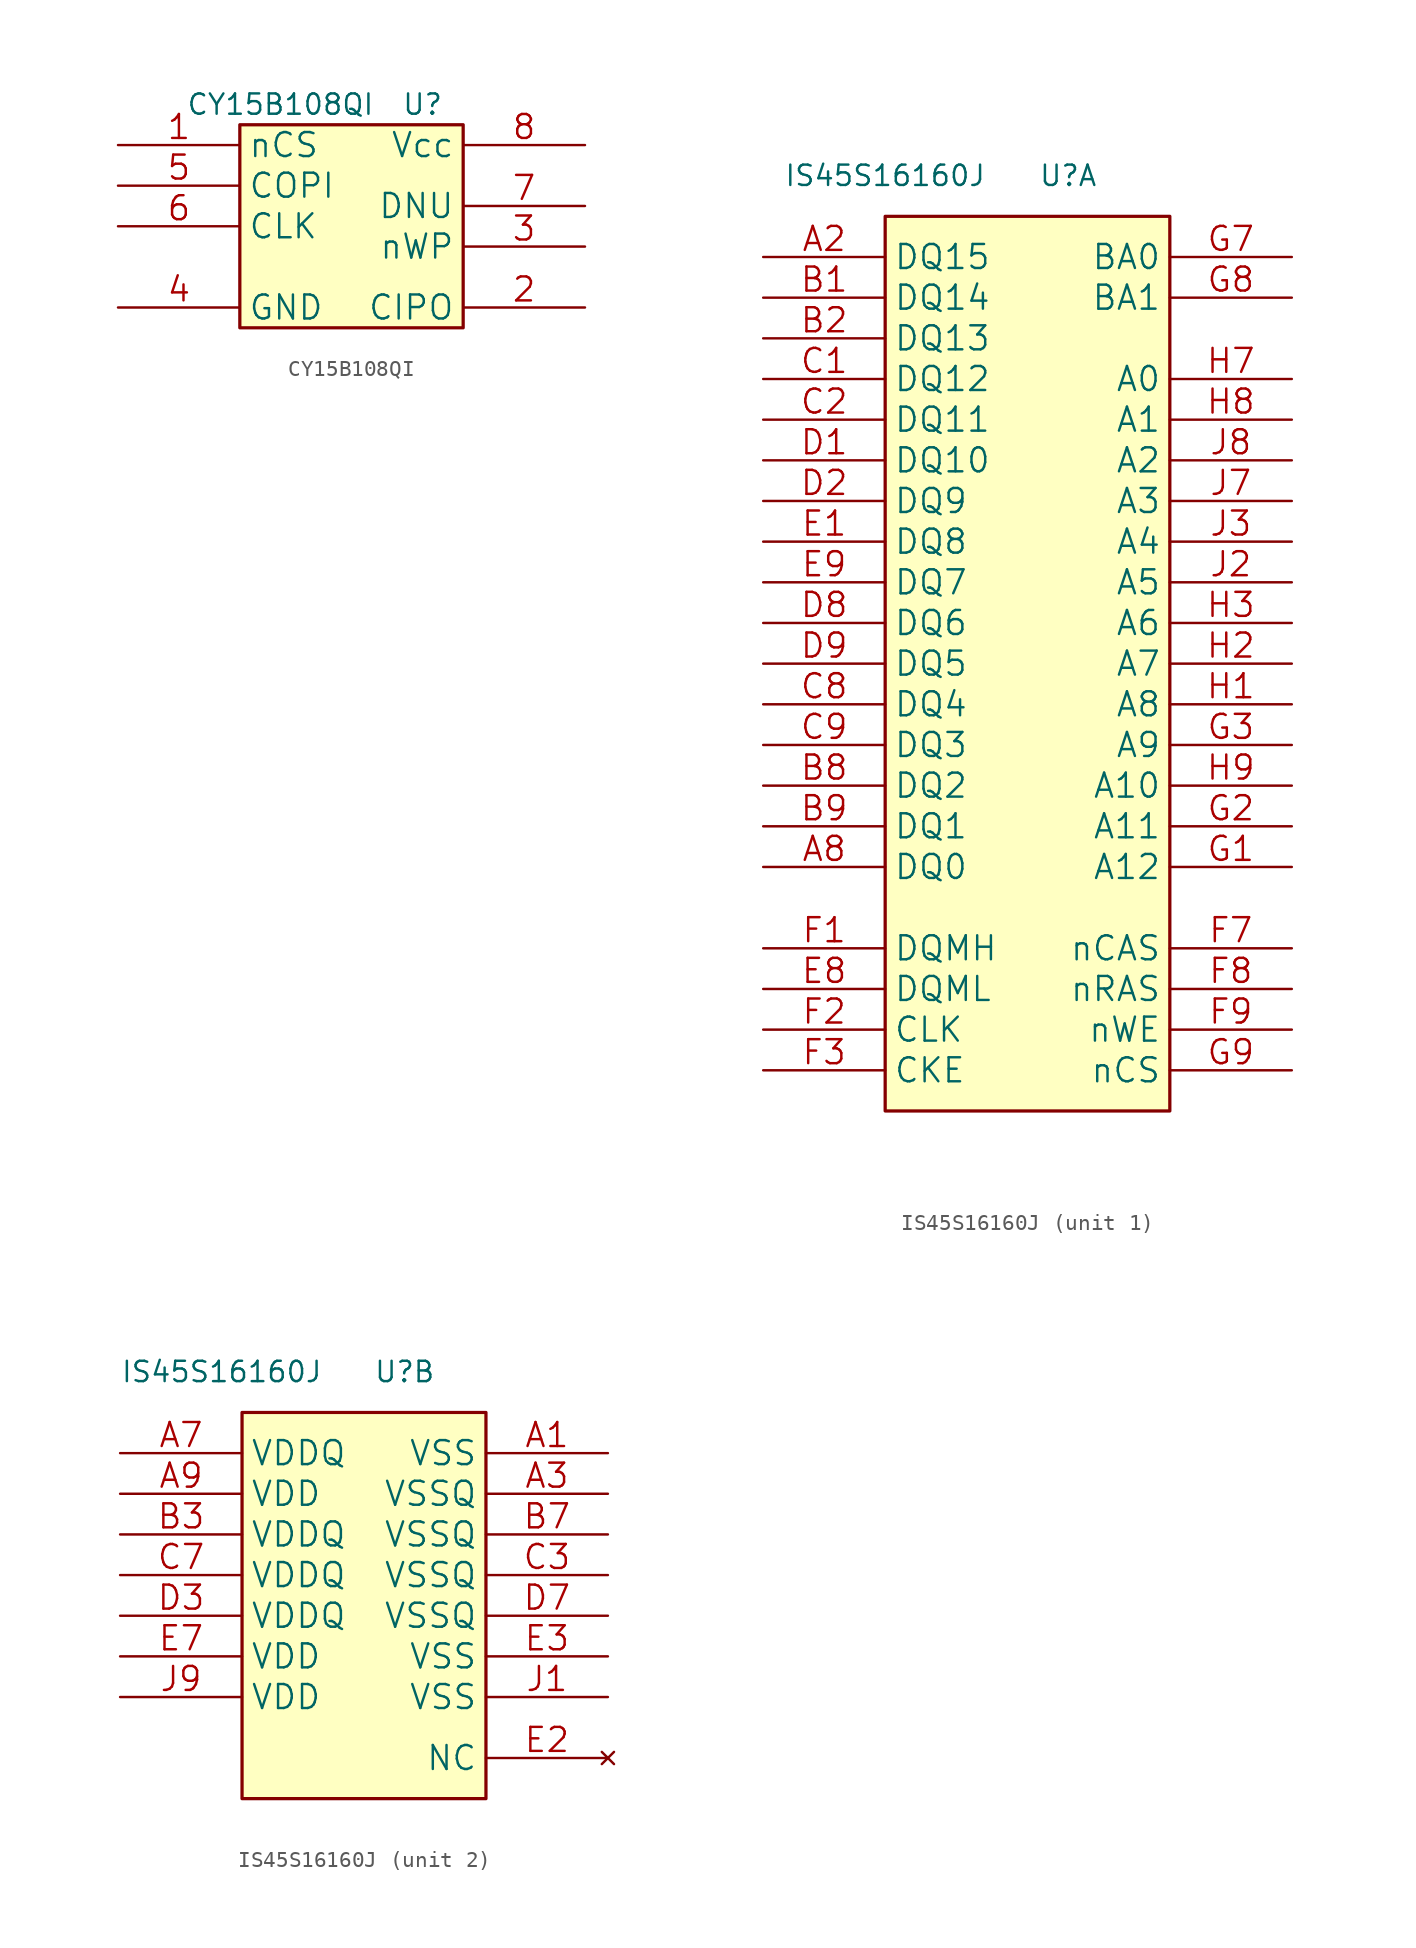
<source format=kicad_sym>
(kicad_symbol_lib
  (version 20211014)
  (generator kicad_symbol_editor)
  (symbol "CY15B108QI"
    (property "Reference" "U"
      (at 3.81 5.08 0)
      (effects (font (size 1.27 1.27))))
    (property "Value" "CY15B108QI"
      (at -5.08 5.08 0)
      (effects (font (size 1.27 1.27))))
    (symbol "CY15B108QI_0_1"
      (rectangle (start -7.62 3.81) (end 6.35 -8.89) (stroke (width 0.203) (type default) (color 0 0 0 0)) (fill (type background))))
    (symbol "CY15B108QI_1_1"
      (pin input line (at -15.24 2.54 0) (length 7.62) (name "nCS" (effects (font (size 1.499 1.499)))) (number "1" (effects (font (size 1.499 1.499)))))
      (pin output line (at 13.97 -7.62 180) (length 7.62) (name "CIPO" (effects (font (size 1.499 1.499)))) (number "2" (effects (font (size 1.499 1.499)))))
      (pin input line (at 13.97 -3.81 180) (length 7.62) (name "nWP" (effects (font (size 1.499 1.499)))) (number "3" (effects (font (size 1.499 1.499)))))
      (pin power_in line (at -15.24 -7.62 0) (length 7.62) (name "GND" (effects (font (size 1.499 1.499)))) (number "4" (effects (font (size 1.499 1.499)))))
      (pin input line (at -15.24 0 0) (length 7.62) (name "COPI" (effects (font (size 1.499 1.499)))) (number "5" (effects (font (size 1.499 1.499)))))
      (pin input line (at -15.24 -2.54 0) (length 7.62) (name "CLK" (effects (font (size 1.499 1.499)))) (number "6" (effects (font (size 1.499 1.499)))))
      (pin unspecified line (at 13.97 -1.27 180) (length 7.62) (name "DNU" (effects (font (size 1.499 1.499)))) (number "7" (effects (font (size 1.499 1.499)))))
      (pin power_in line (at 13.97 2.54 180) (length 7.62) (name "Vcc" (effects (font (size 1.499 1.499)))) (number "8" (effects (font (size 1.499 1.499)))))))
  (symbol "IS45S16160J"
    (property "Reference" "U"
      (at 2.54 6.35 0)
      (effects (font (size 1.27 1.27))))
    (property "Value" "IS45S16160J"
      (at -8.89 6.35 0)
      (effects (font (size 1.27 1.27))))
    (property "ki_locked" ""
      (at 0 0 0)
      (effects (font (size 1.27 1.27))))
    (symbol "IS45S16160J_1_1"
      (rectangle (start -8.89 3.81) (end 8.89 -52.07) (stroke (width 0.203) (type default) (color 0 0 0 0)) (fill (type background)))
      (pin bidirectional line (at -16.51 1.27 0) (length 7.62) (name "DQ15" (effects (font (size 1.499 1.499)))) (number "A2" (effects (font (size 1.499 1.499)))))
      (pin bidirectional line (at -16.51 -36.83 0) (length 7.62) (name "DQ0" (effects (font (size 1.499 1.499)))) (number "A8" (effects (font (size 1.499 1.499)))))
      (pin bidirectional line (at -16.51 -1.27 0) (length 7.62) (name "DQ14" (effects (font (size 1.499 1.499)))) (number "B1" (effects (font (size 1.499 1.499)))))
      (pin bidirectional line (at -16.51 -3.81 0) (length 7.62) (name "DQ13" (effects (font (size 1.499 1.499)))) (number "B2" (effects (font (size 1.499 1.499)))))
      (pin bidirectional line (at -16.51 -31.75 0) (length 7.62) (name "DQ2" (effects (font (size 1.499 1.499)))) (number "B8" (effects (font (size 1.499 1.499)))))
      (pin bidirectional line (at -16.51 -34.29 0) (length 7.62) (name "DQ1" (effects (font (size 1.499 1.499)))) (number "B9" (effects (font (size 1.499 1.499)))))
      (pin bidirectional line (at -16.51 -6.35 0) (length 7.62) (name "DQ12" (effects (font (size 1.499 1.499)))) (number "C1" (effects (font (size 1.499 1.499)))))
      (pin bidirectional line (at -16.51 -8.89 0) (length 7.62) (name "DQ11" (effects (font (size 1.499 1.499)))) (number "C2" (effects (font (size 1.499 1.499)))))
      (pin bidirectional line (at -16.51 -26.67 0) (length 7.62) (name "DQ4" (effects (font (size 1.499 1.499)))) (number "C8" (effects (font (size 1.499 1.499)))))
      (pin bidirectional line (at -16.51 -29.21 0) (length 7.62) (name "DQ3" (effects (font (size 1.499 1.499)))) (number "C9" (effects (font (size 1.499 1.499)))))
      (pin bidirectional line (at -16.51 -11.43 0) (length 7.62) (name "DQ10" (effects (font (size 1.499 1.499)))) (number "D1" (effects (font (size 1.499 1.499)))))
      (pin bidirectional line (at -16.51 -13.97 0) (length 7.62) (name "DQ9" (effects (font (size 1.499 1.499)))) (number "D2" (effects (font (size 1.499 1.499)))))
      (pin bidirectional line (at -16.51 -21.59 0) (length 7.62) (name "DQ6" (effects (font (size 1.499 1.499)))) (number "D8" (effects (font (size 1.499 1.499)))))
      (pin bidirectional line (at -16.51 -24.13 0) (length 7.62) (name "DQ5" (effects (font (size 1.499 1.499)))) (number "D9" (effects (font (size 1.499 1.499)))))
      (pin bidirectional line (at -16.51 -16.51 0) (length 7.62) (name "DQ8" (effects (font (size 1.499 1.499)))) (number "E1" (effects (font (size 1.499 1.499)))))
      (pin input line (at -16.51 -44.45 0) (length 7.62) (name "DQML" (effects (font (size 1.499 1.499)))) (number "E8" (effects (font (size 1.499 1.499)))))
      (pin bidirectional line (at -16.51 -19.05 0) (length 7.62) (name "DQ7" (effects (font (size 1.499 1.499)))) (number "E9" (effects (font (size 1.499 1.499)))))
      (pin input line (at -16.51 -41.91 0) (length 7.62) (name "DQMH" (effects (font (size 1.499 1.499)))) (number "F1" (effects (font (size 1.499 1.499)))))
      (pin input line (at -16.51 -46.99 0) (length 7.62) (name "CLK" (effects (font (size 1.499 1.499)))) (number "F2" (effects (font (size 1.499 1.499)))))
      (pin input line (at -16.51 -49.53 0) (length 7.62) (name "CKE" (effects (font (size 1.499 1.499)))) (number "F3" (effects (font (size 1.499 1.499)))))
      (pin input line (at 16.51 -41.91 180) (length 7.62) (name "nCAS" (effects (font (size 1.499 1.499)))) (number "F7" (effects (font (size 1.499 1.499)))))
      (pin input line (at 16.51 -44.45 180) (length 7.62) (name "nRAS" (effects (font (size 1.499 1.499)))) (number "F8" (effects (font (size 1.499 1.499)))))
      (pin input line (at 16.51 -46.99 180) (length 7.62) (name "nWE" (effects (font (size 1.499 1.499)))) (number "F9" (effects (font (size 1.499 1.499)))))
      (pin input line (at 16.51 -36.83 180) (length 7.62) (name "A12" (effects (font (size 1.499 1.499)))) (number "G1" (effects (font (size 1.499 1.499)))))
      (pin input line (at 16.51 -34.29 180) (length 7.62) (name "A11" (effects (font (size 1.499 1.499)))) (number "G2" (effects (font (size 1.499 1.499)))))
      (pin input line (at 16.51 -29.21 180) (length 7.62) (name "A9" (effects (font (size 1.499 1.499)))) (number "G3" (effects (font (size 1.499 1.499)))))
      (pin input line (at 16.51 1.27 180) (length 7.62) (name "BA0" (effects (font (size 1.499 1.499)))) (number "G7" (effects (font (size 1.499 1.499)))))
      (pin input line (at 16.51 -1.27 180) (length 7.62) (name "BA1" (effects (font (size 1.499 1.499)))) (number "G8" (effects (font (size 1.499 1.499)))))
      (pin input line (at 16.51 -49.53 180) (length 7.62) (name "nCS" (effects (font (size 1.499 1.499)))) (number "G9" (effects (font (size 1.499 1.499)))))
      (pin input line (at 16.51 -26.67 180) (length 7.62) (name "A8" (effects (font (size 1.499 1.499)))) (number "H1" (effects (font (size 1.499 1.499)))))
      (pin input line (at 16.51 -24.13 180) (length 7.62) (name "A7" (effects (font (size 1.499 1.499)))) (number "H2" (effects (font (size 1.499 1.499)))))
      (pin input line (at 16.51 -21.59 180) (length 7.62) (name "A6" (effects (font (size 1.499 1.499)))) (number "H3" (effects (font (size 1.499 1.499)))))
      (pin input line (at 16.51 -6.35 180) (length 7.62) (name "A0" (effects (font (size 1.499 1.499)))) (number "H7" (effects (font (size 1.499 1.499)))))
      (pin input line (at 16.51 -8.89 180) (length 7.62) (name "A1" (effects (font (size 1.499 1.499)))) (number "H8" (effects (font (size 1.499 1.499)))))
      (pin input line (at 16.51 -31.75 180) (length 7.62) (name "A10" (effects (font (size 1.499 1.499)))) (number "H9" (effects (font (size 1.499 1.499)))))
      (pin input line (at 16.51 -19.05 180) (length 7.62) (name "A5" (effects (font (size 1.499 1.499)))) (number "J2" (effects (font (size 1.499 1.499)))))
      (pin input line (at 16.51 -16.51 180) (length 7.62) (name "A4" (effects (font (size 1.499 1.499)))) (number "J3" (effects (font (size 1.499 1.499)))))
      (pin input line (at 16.51 -13.97 180) (length 7.62) (name "A3" (effects (font (size 1.499 1.499)))) (number "J7" (effects (font (size 1.499 1.499)))))
      (pin input line (at 16.51 -11.43 180) (length 7.62) (name "A2" (effects (font (size 1.499 1.499)))) (number "J8" (effects (font (size 1.499 1.499))))))
    (symbol "IS45S16160J_2_1"
      (rectangle (start -7.62 3.81) (end 7.62 -20.32) (stroke (width 0.203) (type default) (color 0 0 0 0)) (fill (type background)))
      (pin power_in line (at 15.24 1.27 180) (length 7.62) (name "VSS" (effects (font (size 1.499 1.499)))) (number "A1" (effects (font (size 1.499 1.499)))))
      (pin power_in line (at 15.24 -1.27 180) (length 7.62) (name "VSSQ" (effects (font (size 1.499 1.499)))) (number "A3" (effects (font (size 1.499 1.499)))))
      (pin power_in line (at -15.24 1.27 0) (length 7.62) (name "VDDQ" (effects (font (size 1.499 1.499)))) (number "A7" (effects (font (size 1.499 1.499)))))
      (pin power_in line (at -15.24 -1.27 0) (length 7.62) (name "VDD" (effects (font (size 1.499 1.499)))) (number "A9" (effects (font (size 1.499 1.499)))))
      (pin power_in line (at -15.24 -3.81 0) (length 7.62) (name "VDDQ" (effects (font (size 1.499 1.499)))) (number "B3" (effects (font (size 1.499 1.499)))))
      (pin power_in line (at 15.24 -3.81 180) (length 7.62) (name "VSSQ" (effects (font (size 1.499 1.499)))) (number "B7" (effects (font (size 1.499 1.499)))))
      (pin power_in line (at 15.24 -6.35 180) (length 7.62) (name "VSSQ" (effects (font (size 1.499 1.499)))) (number "C3" (effects (font (size 1.499 1.499)))))
      (pin power_in line (at -15.24 -6.35 0) (length 7.62) (name "VDDQ" (effects (font (size 1.499 1.499)))) (number "C7" (effects (font (size 1.499 1.499)))))
      (pin power_in line (at -15.24 -8.89 0) (length 7.62) (name "VDDQ" (effects (font (size 1.499 1.499)))) (number "D3" (effects (font (size 1.499 1.499)))))
      (pin power_in line (at 15.24 -8.89 180) (length 7.62) (name "VSSQ" (effects (font (size 1.499 1.499)))) (number "D7" (effects (font (size 1.499 1.499)))))
      (pin no_connect line (at 15.24 -17.78 180) (length 7.62) (name "NC" (effects (font (size 1.499 1.499)))) (number "E2" (effects (font (size 1.499 1.499)))))
      (pin power_in line (at 15.24 -11.43 180) (length 7.62) (name "VSS" (effects (font (size 1.499 1.499)))) (number "E3" (effects (font (size 1.499 1.499)))))
      (pin power_in line (at -15.24 -11.43 0) (length 7.62) (name "VDD" (effects (font (size 1.499 1.499)))) (number "E7" (effects (font (size 1.499 1.499)))))
      (pin power_in line (at 15.24 -13.97 180) (length 7.62) (name "VSS" (effects (font (size 1.499 1.499)))) (number "J1" (effects (font (size 1.499 1.499)))))
      (pin power_in line (at -15.24 -13.97 0) (length 7.62) (name "VDD" (effects (font (size 1.499 1.499)))) (number "J9" (effects (font (size 1.499 1.499))))))))
</source>
